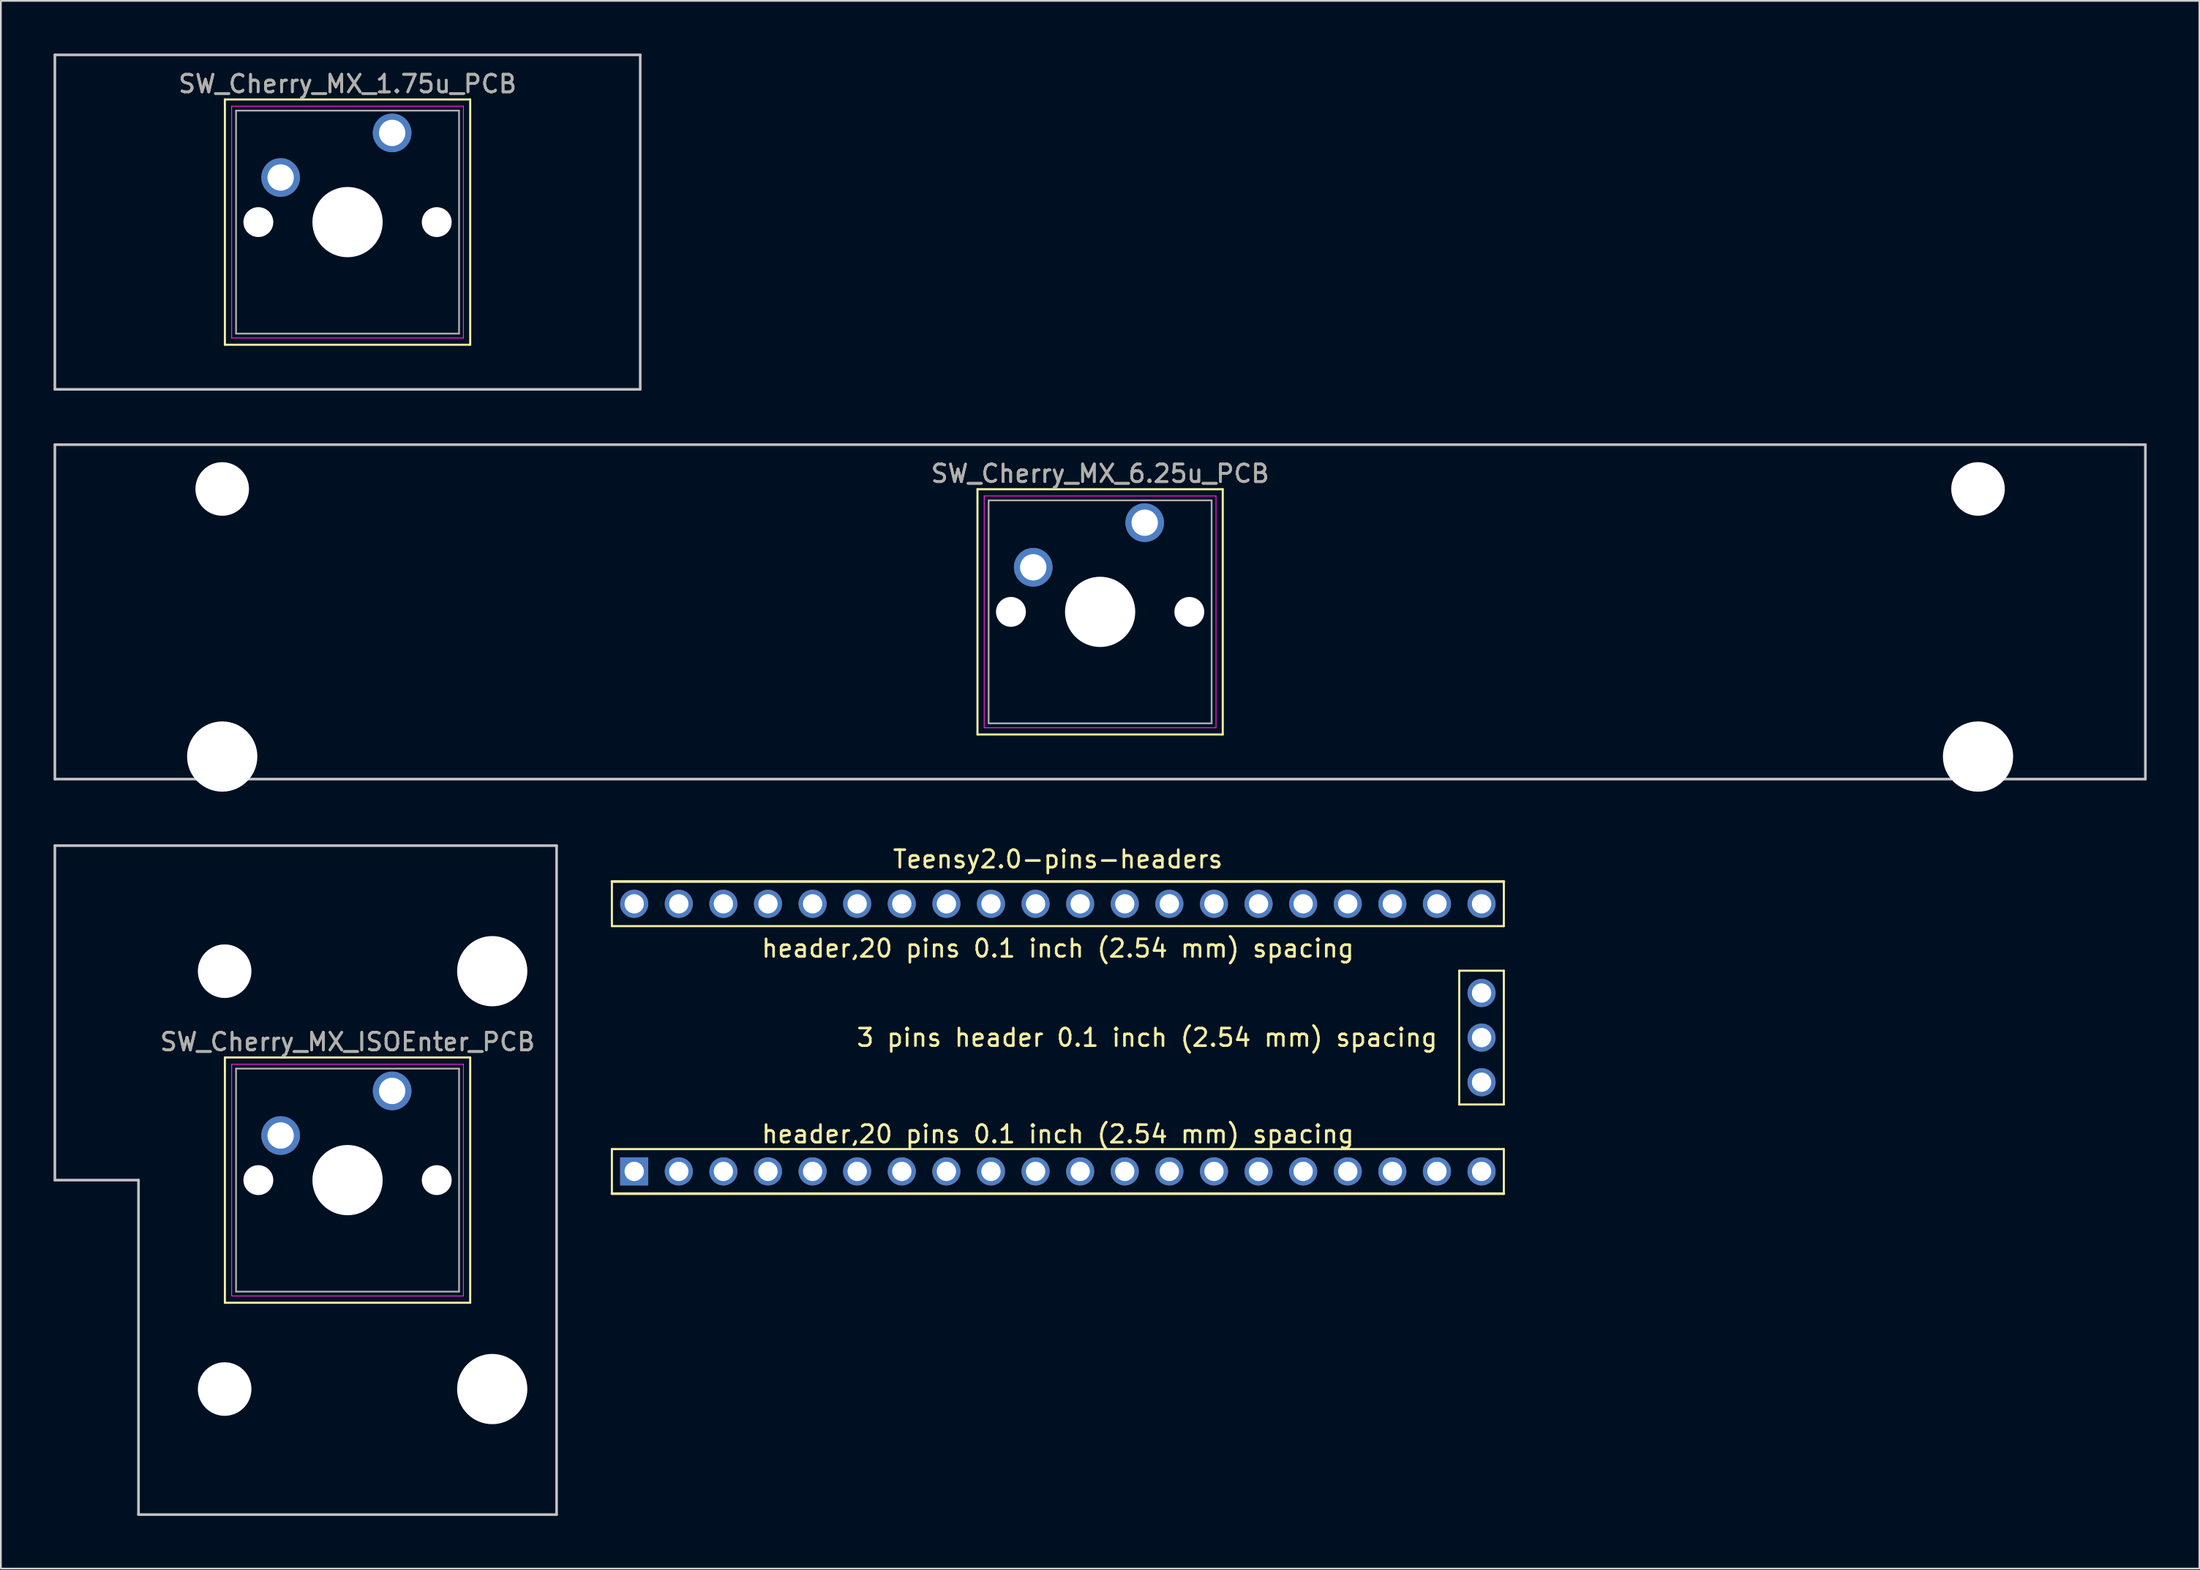
<source format=kicad_pcb>
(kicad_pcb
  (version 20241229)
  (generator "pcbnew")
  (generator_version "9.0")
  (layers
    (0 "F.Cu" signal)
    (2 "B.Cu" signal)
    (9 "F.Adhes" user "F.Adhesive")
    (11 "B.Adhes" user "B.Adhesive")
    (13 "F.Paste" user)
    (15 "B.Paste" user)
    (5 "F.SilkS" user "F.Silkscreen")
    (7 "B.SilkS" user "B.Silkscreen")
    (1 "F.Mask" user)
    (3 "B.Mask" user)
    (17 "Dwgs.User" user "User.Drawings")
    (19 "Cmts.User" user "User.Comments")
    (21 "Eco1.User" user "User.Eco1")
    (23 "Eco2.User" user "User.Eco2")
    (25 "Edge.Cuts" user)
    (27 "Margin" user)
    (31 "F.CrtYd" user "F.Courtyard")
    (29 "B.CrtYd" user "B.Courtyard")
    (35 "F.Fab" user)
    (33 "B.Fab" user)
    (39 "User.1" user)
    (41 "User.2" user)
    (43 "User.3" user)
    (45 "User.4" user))
  (footprint "SW_Cherry_MX_1.75u_PCB"
    (layer "F.Cu")
    (at 19.284 4.52)
    (property "Reference" "SW_Cherry_MX_1.75u_PCB" (at -2.54 -2.794 0) (layer "F.SilkS") (effects (font (size 1 1) (thickness 0.15))))
    (attr through_hole)
    (fp_line (start -9.525 -1.905) (end 4.445 -1.905) (stroke (width 0.12) (type solid)) (layer "F.SilkS"))
    (fp_line (start -9.525 12.065) (end -9.525 -1.905) (stroke (width 0.12) (type solid)) (layer "F.SilkS"))
    (fp_line (start 4.445 -1.905) (end 4.445 12.065) (stroke (width 0.12) (type solid)) (layer "F.SilkS"))
    (fp_line (start 4.445 12.065) (end -9.525 12.065) (stroke (width 0.12) (type solid)) (layer "F.SilkS"))
    (fp_line (start -19.209 -4.445) (end 14.129 -4.445) (stroke (width 0.15) (type solid)) (layer "Dwgs.User"))
    (fp_line (start -19.209 14.605) (end -19.209 -4.445) (stroke (width 0.15) (type solid)) (layer "Dwgs.User"))
    (fp_line (start 14.129 -4.445) (end 14.129 14.605) (stroke (width 0.15) (type solid)) (layer "Dwgs.User"))
    (fp_line (start 14.129 14.605) (end -19.209 14.605) (stroke (width 0.15) (type solid)) (layer "Dwgs.User"))
    (fp_line (start -9.14 -1.52) (end 4.06 -1.52) (stroke (width 0.05) (type solid)) (layer "F.CrtYd"))
    (fp_line (start -9.14 11.68) (end -9.14 -1.52) (stroke (width 0.05) (type solid)) (layer "F.CrtYd"))
    (fp_line (start 4.06 -1.52) (end 4.06 11.68) (stroke (width 0.05) (type solid)) (layer "F.CrtYd"))
    (fp_line (start 4.06 11.68) (end -9.14 11.68) (stroke (width 0.05) (type solid)) (layer "F.CrtYd"))
    (fp_line (start -8.89 -1.27) (end 3.81 -1.27) (stroke (width 0.1) (type solid)) (layer "F.Fab"))
    (fp_line (start -8.89 11.43) (end -8.89 -1.27) (stroke (width 0.1) (type solid)) (layer "F.Fab"))
    (fp_line (start 3.81 -1.27) (end 3.81 11.43) (stroke (width 0.1) (type solid)) (layer "F.Fab"))
    (fp_line (start 3.81 11.43) (end -8.89 11.43) (stroke (width 0.1) (type solid)) (layer "F.Fab"))
    (fp_text user "${REFERENCE}" (at -2.54 -2.794 0) (layer "F.Fab") (effects (font (size 1 1) (thickness 0.15))))
    (pad "" np_thru_hole circle (at -7.62 5.08) (size 1.7 1.7) (drill 1.7) (layers "*.Cu" "*.Mask"))
    (pad "" np_thru_hole circle (at -2.54 5.08) (size 4 4) (drill 4) (layers "*.Cu" "*.Mask"))
    (pad "" np_thru_hole circle (at 2.54 5.08) (size 1.7 1.7) (drill 1.7) (layers "*.Cu" "*.Mask"))
    (pad "1" thru_hole circle (at 0 0) (size 2.2 2.2) (drill 1.5) (layers "*.Cu" "*.Mask"))
    (pad "2" thru_hole circle (at -6.35 2.54) (size 2.2 2.2) (drill 1.5) (layers "*.Cu" "*.Mask")))
  (footprint "SW_Cherry_MX_ISOEnter_PCB"
    (layer "F.Cu")
    (at 19.284 59.085)
    (property "Reference" "SW_Cherry_MX_ISOEnter_PCB" (at -2.54 -2.794 0) (layer "F.SilkS") (effects (font (size 1 1) (thickness 0.15))))
    (attr through_hole)
    (fp_line (start -9.525 -1.905) (end 4.445 -1.905) (stroke (width 0.12) (type solid)) (layer "F.SilkS"))
    (fp_line (start -9.525 12.065) (end -9.525 -1.905) (stroke (width 0.12) (type solid)) (layer "F.SilkS"))
    (fp_line (start 4.445 -1.905) (end 4.445 12.065) (stroke (width 0.12) (type solid)) (layer "F.SilkS"))
    (fp_line (start 4.445 12.065) (end -9.525 12.065) (stroke (width 0.12) (type solid)) (layer "F.SilkS"))
    (fp_line (start -19.209 -13.97) (end 9.366 -13.97) (stroke (width 0.15) (type solid)) (layer "Dwgs.User"))
    (fp_line (start -19.209 5.08) (end -19.209 -13.97) (stroke (width 0.15) (type solid)) (layer "Dwgs.User"))
    (fp_line (start -14.446 5.08) (end -19.209 5.08) (stroke (width 0.15) (type solid)) (layer "Dwgs.User"))
    (fp_line (start -14.446 24.13) (end -14.446 5.08) (stroke (width 0.15) (type solid)) (layer "Dwgs.User"))
    (fp_line (start 9.366 -13.97) (end 9.366 24.13) (stroke (width 0.15) (type solid)) (layer "Dwgs.User"))
    (fp_line (start 9.366 24.13) (end -14.446 24.13) (stroke (width 0.15) (type solid)) (layer "Dwgs.User"))
    (fp_line (start -9.14 -1.52) (end 4.06 -1.52) (stroke (width 0.05) (type solid)) (layer "F.CrtYd"))
    (fp_line (start -9.14 11.68) (end -9.14 -1.52) (stroke (width 0.05) (type solid)) (layer "F.CrtYd"))
    (fp_line (start 4.06 -1.52) (end 4.06 11.68) (stroke (width 0.05) (type solid)) (layer "F.CrtYd"))
    (fp_line (start 4.06 11.68) (end -9.14 11.68) (stroke (width 0.05) (type solid)) (layer "F.CrtYd"))
    (fp_line (start -8.89 -1.27) (end 3.81 -1.27) (stroke (width 0.1) (type solid)) (layer "F.Fab"))
    (fp_line (start -8.89 11.43) (end -8.89 -1.27) (stroke (width 0.1) (type solid)) (layer "F.Fab"))
    (fp_line (start 3.81 -1.27) (end 3.81 11.43) (stroke (width 0.1) (type solid)) (layer "F.Fab"))
    (fp_line (start 3.81 11.43) (end -8.89 11.43) (stroke (width 0.1) (type solid)) (layer "F.Fab"))
    (fp_text user "${REFERENCE}" (at -2.54 -2.794 0) (layer "F.Fab") (effects (font (size 1 1) (thickness 0.15))))
    (pad "" np_thru_hole circle (at -9.54 -6.82) (size 3.05 3.05) (drill 3.05) (layers "*.Cu" "*.Mask"))
    (pad "" np_thru_hole circle (at -9.54 16.98) (size 3.05 3.05) (drill 3.05) (layers "*.Cu" "*.Mask"))
    (pad "" np_thru_hole circle (at -7.62 5.08) (size 1.7 1.7) (drill 1.7) (layers "*.Cu" "*.Mask"))
    (pad "" np_thru_hole circle (at -2.54 5.08) (size 4 4) (drill 4) (layers "*.Cu" "*.Mask"))
    (pad "" np_thru_hole circle (at 2.54 5.08) (size 1.7 1.7) (drill 1.7) (layers "*.Cu" "*.Mask"))
    (pad "" np_thru_hole circle (at 5.7 -6.82) (size 4 4) (drill 4) (layers "*.Cu" "*.Mask"))
    (pad "" np_thru_hole circle (at 5.7 16.98) (size 4 4) (drill 4) (layers "*.Cu" "*.Mask"))
    (pad "1" thru_hole circle (at 0 0) (size 2.2 2.2) (drill 1.5) (layers "*.Cu" "*.Mask"))
    (pad "2" thru_hole circle (at -6.35 2.54) (size 2.2 2.2) (drill 1.5) (layers "*.Cu" "*.Mask")))
  (footprint "Teensy2.0-pins-headers"
    (layer "F.Cu")
    (at 57.2 56.048)
    (property "Reference" "Teensy2.0-pins-headers" (at 0 -10.16 0) (layer "F.SilkS") (effects (font (size 1 1) (thickness 0.15))))
    (attr through_hole)
    (fp_line (start -25.4 -8.89) (end 25.4 -8.89) (stroke (width 0.15) (type solid)) (layer "F.SilkS"))
    (fp_line (start -25.4 -6.35) (end -25.4 -8.89) (stroke (width 0.12) (type solid)) (layer "F.SilkS"))
    (fp_line (start -25.4 6.35) (end 25.4 6.35) (stroke (width 0.12) (type solid)) (layer "F.SilkS"))
    (fp_line (start -25.4 8.89) (end -25.4 6.35) (stroke (width 0.12) (type solid)) (layer "F.SilkS"))
    (fp_line (start 22.86 -3.81) (end 25.4 -3.81) (stroke (width 0.12) (type solid)) (layer "F.SilkS"))
    (fp_line (start 22.86 3.81) (end 22.86 -3.81) (stroke (width 0.12) (type solid)) (layer "F.SilkS"))
    (fp_line (start 25.4 -8.89) (end 25.4 -6.35) (stroke (width 0.12) (type solid)) (layer "F.SilkS"))
    (fp_line (start 25.4 -6.35) (end -25.4 -6.35) (stroke (width 0.12) (type solid)) (layer "F.SilkS"))
    (fp_line (start 25.4 3.81) (end 22.86 3.81) (stroke (width 0.12) (type solid)) (layer "F.SilkS"))
    (fp_line (start 25.4 3.81) (end 25.4 -3.81) (stroke (width 0.12) (type solid)) (layer "F.SilkS"))
    (fp_line (start 25.4 8.89) (end -25.4 8.89) (stroke (width 0.15) (type solid)) (layer "F.SilkS"))
    (fp_line (start 25.4 8.89) (end 25.4 6.35) (stroke (width 0.12) (type solid)) (layer "F.SilkS"))
    (fp_text user "header,20 pins 0.1 inch (2.54 mm) spacing" (at 0 -5.08 180) (layer "F.SilkS") (effects (font (size 1 1) (thickness 0.15))))
    (fp_text user "3 pins header 0.1 inch (2.54 mm) spacing" (at 5.08 0 180) (layer "F.SilkS") (effects (font (size 1 1) (thickness 0.15))))
    (fp_text user "header,20 pins 0.1 inch (2.54 mm) spacing" (at 0 5.5 180) (layer "F.SilkS") (effects (font (size 1 1) (thickness 0.15))))
    (pad "1" thru_hole rect (at -24.13 7.62) (size 1.6 1.6) (drill 1.1) (layers "*.Cu" "*.Mask"))
    (pad "2" thru_hole circle (at -21.59 7.62) (size 1.6 1.6) (drill 1.1) (layers "*.Cu" "*.Mask"))
    (pad "3" thru_hole circle (at -19.05 7.62) (size 1.6 1.6) (drill 1.1) (layers "*.Cu" "*.Mask"))
    (pad "4" thru_hole circle (at -16.51 7.62) (size 1.6 1.6) (drill 1.1) (layers "*.Cu" "*.Mask"))
    (pad "5" thru_hole circle (at -13.97 7.62) (size 1.6 1.6) (drill 1.1) (layers "*.Cu" "*.Mask"))
    (pad "6" thru_hole circle (at -11.43 7.62) (size 1.6 1.6) (drill 1.1) (layers "*.Cu" "*.Mask"))
    (pad "7" thru_hole circle (at -8.89 7.62) (size 1.6 1.6) (drill 1.1) (layers "*.Cu" "*.Mask"))
    (pad "8" thru_hole circle (at -6.35 7.62) (size 1.6 1.6) (drill 1.1) (layers "*.Cu" "*.Mask"))
    (pad "9" thru_hole circle (at -3.81 7.62) (size 1.6 1.6) (drill 1.1) (layers "*.Cu" "*.Mask"))
    (pad "10" thru_hole circle (at -1.27 7.62) (size 1.6 1.6) (drill 1.1) (layers "*.Cu" "*.Mask"))
    (pad "11" thru_hole circle (at 1.27 7.62) (size 1.6 1.6) (drill 1.1) (layers "*.Cu" "*.Mask"))
    (pad "12" thru_hole circle (at 3.81 7.62) (size 1.6 1.6) (drill 1.1) (layers "*.Cu" "*.Mask"))
    (pad "13" thru_hole circle (at 6.35 7.62) (size 1.6 1.6) (drill 1.1) (layers "*.Cu" "*.Mask"))
    (pad "14" thru_hole circle (at 8.89 7.62) (size 1.6 1.6) (drill 1.1) (layers "*.Cu" "*.Mask"))
    (pad "15" thru_hole circle (at 11.43 7.62) (size 1.6 1.6) (drill 1.1) (layers "*.Cu" "*.Mask"))
    (pad "16" thru_hole circle (at 13.97 7.62) (size 1.6 1.6) (drill 1.1) (layers "*.Cu" "*.Mask"))
    (pad "17" thru_hole circle (at 16.51 7.62) (size 1.6 1.6) (drill 1.1) (layers "*.Cu" "*.Mask"))
    (pad "18" thru_hole circle (at 19.05 7.62) (size 1.6 1.6) (drill 1.1) (layers "*.Cu" "*.Mask"))
    (pad "19" thru_hole circle (at 21.59 7.62) (size 1.6 1.6) (drill 1.1) (layers "*.Cu" "*.Mask"))
    (pad "20" thru_hole circle (at 24.13 7.62) (size 1.6 1.6) (drill 1.1) (layers "*.Cu" "*.Mask"))
    (pad "21" thru_hole circle (at 24.13 2.54) (size 1.6 1.6) (drill 1.1) (layers "*.Cu" "*.Mask"))
    (pad "22" thru_hole circle (at 24.13 0) (size 1.6 1.6) (drill 1.1) (layers "*.Cu" "*.Mask"))
    (pad "23" thru_hole circle (at 24.13 -2.54) (size 1.6 1.6) (drill 1.1) (layers "*.Cu" "*.Mask"))
    (pad "24" thru_hole circle (at 24.13 -7.62) (size 1.6 1.6) (drill 1.1) (layers "*.Cu" "*.Mask"))
    (pad "25" thru_hole circle (at 21.59 -7.62) (size 1.6 1.6) (drill 1.1) (layers "*.Cu" "*.Mask"))
    (pad "26" thru_hole circle (at 19.05 -7.62) (size 1.6 1.6) (drill 1.1) (layers "*.Cu" "*.Mask"))
    (pad "27" thru_hole circle (at 16.51 -7.62) (size 1.6 1.6) (drill 1.1) (layers "*.Cu" "*.Mask"))
    (pad "28" thru_hole circle (at 13.97 -7.62) (size 1.6 1.6) (drill 1.1) (layers "*.Cu" "*.Mask"))
    (pad "29" thru_hole circle (at 11.43 -7.62) (size 1.6 1.6) (drill 1.1) (layers "*.Cu" "*.Mask"))
    (pad "30" thru_hole circle (at 8.89 -7.62) (size 1.6 1.6) (drill 1.1) (layers "*.Cu" "*.Mask"))
    (pad "31" thru_hole circle (at 6.35 -7.62) (size 1.6 1.6) (drill 1.1) (layers "*.Cu" "*.Mask"))
    (pad "32" thru_hole circle (at 3.81 -7.62) (size 1.6 1.6) (drill 1.1) (layers "*.Cu" "*.Mask"))
    (pad "33" thru_hole circle (at 1.27 -7.62) (size 1.6 1.6) (drill 1.1) (layers "*.Cu" "*.Mask"))
    (pad "34" thru_hole circle (at -1.27 -7.62) (size 1.6 1.6) (drill 1.1) (layers "*.Cu" "*.Mask"))
    (pad "35" thru_hole circle (at -3.81 -7.62) (size 1.6 1.6) (drill 1.1) (layers "*.Cu" "*.Mask"))
    (pad "36" thru_hole circle (at -6.35 -7.62) (size 1.6 1.6) (drill 1.1) (layers "*.Cu" "*.Mask"))
    (pad "37" thru_hole circle (at -8.89 -7.62) (size 1.6 1.6) (drill 1.1) (layers "*.Cu" "*.Mask"))
    (pad "38" thru_hole circle (at -11.43 -7.62) (size 1.6 1.6) (drill 1.1) (layers "*.Cu" "*.Mask"))
    (pad "39" thru_hole circle (at -13.97 -7.62) (size 1.6 1.6) (drill 1.1) (layers "*.Cu" "*.Mask"))
    (pad "40" thru_hole circle (at -16.51 -7.62) (size 1.6 1.6) (drill 1.1) (layers "*.Cu" "*.Mask"))
    (pad "41" thru_hole circle (at -19.05 -7.62) (size 1.6 1.6) (drill 1.1) (layers "*.Cu" "*.Mask"))
    (pad "42" thru_hole circle (at -21.59 -7.62) (size 1.6 1.6) (drill 1.1) (layers "*.Cu" "*.Mask"))
    (pad "43" thru_hole circle (at -24.13 -7.62) (size 1.6 1.6) (drill 1.1) (layers "*.Cu" "*.Mask")))
  (footprint "SW_Cherry_MX_6.25u_PCB"
    (layer "F.Cu")
    (at 62.146 26.72)
    (property "Reference" "SW_Cherry_MX_6.25u_PCB" (at -2.54 -2.794 0) (layer "F.SilkS") (effects (font (size 1 1) (thickness 0.15))))
    (attr through_hole)
    (fp_line (start -9.525 -1.905) (end 4.445 -1.905) (stroke (width 0.12) (type solid)) (layer "F.SilkS"))
    (fp_line (start -9.525 12.065) (end -9.525 -1.905) (stroke (width 0.12) (type solid)) (layer "F.SilkS"))
    (fp_line (start 4.445 -1.905) (end 4.445 12.065) (stroke (width 0.12) (type solid)) (layer "F.SilkS"))
    (fp_line (start 4.445 12.065) (end -9.525 12.065) (stroke (width 0.12) (type solid)) (layer "F.SilkS"))
    (fp_line (start -62.071 -4.445) (end 56.991 -4.445) (stroke (width 0.15) (type solid)) (layer "Dwgs.User"))
    (fp_line (start -62.071 14.605) (end -62.071 -4.445) (stroke (width 0.15) (type solid)) (layer "Dwgs.User"))
    (fp_line (start 56.991 -4.445) (end 56.991 14.605) (stroke (width 0.15) (type solid)) (layer "Dwgs.User"))
    (fp_line (start 56.991 14.605) (end -62.071 14.605) (stroke (width 0.15) (type solid)) (layer "Dwgs.User"))
    (fp_line (start -9.14 -1.52) (end 4.06 -1.52) (stroke (width 0.05) (type solid)) (layer "F.CrtYd"))
    (fp_line (start -9.14 11.68) (end -9.14 -1.52) (stroke (width 0.05) (type solid)) (layer "F.CrtYd"))
    (fp_line (start 4.06 -1.52) (end 4.06 11.68) (stroke (width 0.05) (type solid)) (layer "F.CrtYd"))
    (fp_line (start 4.06 11.68) (end -9.14 11.68) (stroke (width 0.05) (type solid)) (layer "F.CrtYd"))
    (fp_line (start -8.89 -1.27) (end 3.81 -1.27) (stroke (width 0.1) (type solid)) (layer "F.Fab"))
    (fp_line (start -8.89 11.43) (end -8.89 -1.27) (stroke (width 0.1) (type solid)) (layer "F.Fab"))
    (fp_line (start 3.81 -1.27) (end 3.81 11.43) (stroke (width 0.1) (type solid)) (layer "F.Fab"))
    (fp_line (start 3.81 11.43) (end -8.89 11.43) (stroke (width 0.1) (type solid)) (layer "F.Fab"))
    (fp_text user "${REFERENCE}" (at -2.54 -2.794 0) (layer "F.Fab") (effects (font (size 1 1) (thickness 0.15))))
    (pad "" np_thru_hole circle (at -52.54 -1.92) (size 3.05 3.05) (drill 3.05) (layers "*.Cu" "*.Mask"))
    (pad "" np_thru_hole circle (at -52.54 13.32) (size 4 4) (drill 4) (layers "*.Cu" "*.Mask"))
    (pad "" np_thru_hole circle (at -7.62 5.08) (size 1.7 1.7) (drill 1.7) (layers "*.Cu" "*.Mask"))
    (pad "" np_thru_hole circle (at -2.54 5.08) (size 4 4) (drill 4) (layers "*.Cu" "*.Mask"))
    (pad "" np_thru_hole circle (at 2.54 5.08) (size 1.7 1.7) (drill 1.7) (layers "*.Cu" "*.Mask"))
    (pad "" np_thru_hole circle (at 47.46 -1.92) (size 3.05 3.05) (drill 3.05) (layers "*.Cu" "*.Mask"))
    (pad "" np_thru_hole circle (at 47.46 13.32) (size 4 4) (drill 4) (layers "*.Cu" "*.Mask"))
    (pad "1" thru_hole circle (at 0 0) (size 2.2 2.2) (drill 1.5) (layers "*.Cu" "*.Mask"))
    (pad "2" thru_hole circle (at -6.35 2.54) (size 2.2 2.2) (drill 1.5) (layers "*.Cu" "*.Mask")))
  (gr_rect
    (start -3 -3)
    (end 122.213 86.29)
    (stroke (width 0.1) (type default))
    (fill no)
    (layer "Edge.Cuts")))
</source>
